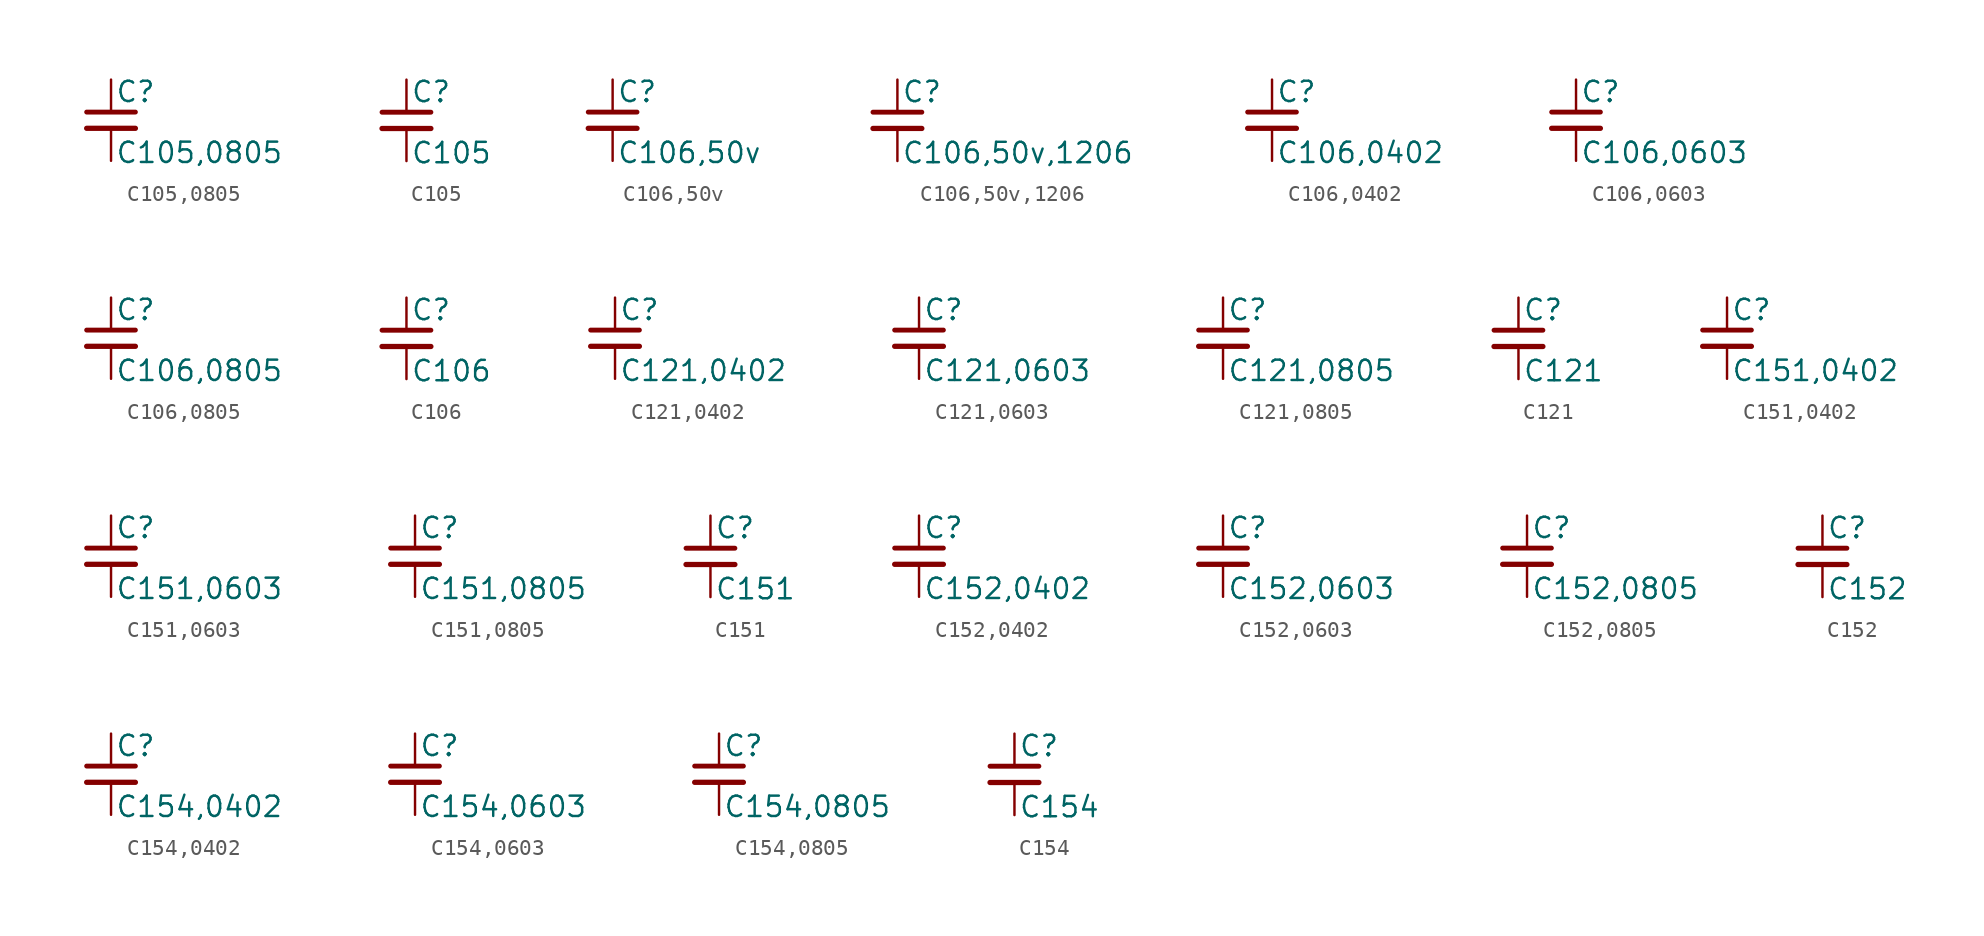
<source format=kicad_sym>
(kicad_symbol_lib
  (version 20211014)
  (generator kicad_symbol_editor)
  (symbol "C105,0805"
    (pin_numbers hide)
    (pin_names
      (offset 0.254) hide)
    (property "Reference" "C"
      (at 0.254 1.778 0)
      (effects (font (size 1.27 1.27)) (justify left)))
    (property "Value" "C105,0805"
      (at 0.254 -2.032 0)
      (effects (font (size 1.27 1.27)) (justify left)))
    (symbol "C105,0805_0_1"
      (polyline (pts (xy -1.524 -0.508) (xy 1.524 -0.508)) (stroke (width 0.33) (type default) (color 0 0 0 0)) (fill (type none)))
      (polyline (pts (xy -1.524 0.508) (xy 1.524 0.508)) (stroke (width 0.305) (type default) (color 0 0 0 0)) (fill (type none))))
    (symbol "C105,0805_1_1"
      (pin passive line (at 0 2.54 270) (length 2.032) (name "~" (effects (font (size 1.27 1.27)))) (number "1" (effects (font (size 1.27 1.27)))))
      (pin passive line (at 0 -2.54 90) (length 2.032) (name "~" (effects (font (size 1.27 1.27)))) (number "2" (effects (font (size 1.27 1.27)))))))
  (symbol "C105"
    (pin_numbers hide)
    (pin_names
      (offset 0.254) hide)
    (property "Reference" "C"
      (at 0.254 1.778 0)
      (effects (font (size 1.27 1.27)) (justify left)))
    (property "Value" "C105"
      (at 0.254 -2.032 0)
      (effects (font (size 1.27 1.27)) (justify left)))
    (symbol "C105_0_1"
      (polyline (pts (xy -1.524 -0.508) (xy 1.524 -0.508)) (stroke (width 0.33) (type default) (color 0 0 0 0)) (fill (type none)))
      (polyline (pts (xy -1.524 0.508) (xy 1.524 0.508)) (stroke (width 0.305) (type default) (color 0 0 0 0)) (fill (type none))))
    (symbol "C105_1_1"
      (pin passive line (at 0 2.54 270) (length 2.032) (name "~" (effects (font (size 1.27 1.27)))) (number "1" (effects (font (size 1.27 1.27)))))
      (pin passive line (at 0 -2.54 90) (length 2.032) (name "~" (effects (font (size 1.27 1.27)))) (number "2" (effects (font (size 1.27 1.27)))))))
  (symbol "C106,50v"
    (pin_numbers hide)
    (pin_names
      (offset 0.254) hide)
    (property "Reference" "C"
      (at 0.254 1.778 0)
      (effects (font (size 1.27 1.27)) (justify left)))
    (property "Value" "C106,50v"
      (at 0.254 -2.032 0)
      (effects (font (size 1.27 1.27)) (justify left)))
    (symbol "C106,50v_0_1"
      (polyline (pts (xy -1.524 -0.508) (xy 1.524 -0.508)) (stroke (width 0.33) (type default) (color 0 0 0 0)) (fill (type none)))
      (polyline (pts (xy -1.524 0.508) (xy 1.524 0.508)) (stroke (width 0.305) (type default) (color 0 0 0 0)) (fill (type none))))
    (symbol "C106,50v_1_1"
      (pin passive line (at 0 2.54 270) (length 2.032) (name "~" (effects (font (size 1.27 1.27)))) (number "1" (effects (font (size 1.27 1.27)))))
      (pin passive line (at 0 -2.54 90) (length 2.032) (name "~" (effects (font (size 1.27 1.27)))) (number "2" (effects (font (size 1.27 1.27)))))))
  (symbol "C106,50v,1206"
    (pin_numbers hide)
    (pin_names
      (offset 0.254) hide)
    (property "Reference" "C"
      (at 0.254 1.778 0)
      (effects (font (size 1.27 1.27)) (justify left)))
    (property "Value" "C106,50v,1206"
      (at 0.254 -2.032 0)
      (effects (font (size 1.27 1.27)) (justify left)))
    (symbol "C106,50v,1206_0_1"
      (polyline (pts (xy -1.524 -0.508) (xy 1.524 -0.508)) (stroke (width 0.33) (type default) (color 0 0 0 0)) (fill (type none)))
      (polyline (pts (xy -1.524 0.508) (xy 1.524 0.508)) (stroke (width 0.305) (type default) (color 0 0 0 0)) (fill (type none))))
    (symbol "C106,50v,1206_1_1"
      (pin passive line (at 0 2.54 270) (length 2.032) (name "~" (effects (font (size 1.27 1.27)))) (number "1" (effects (font (size 1.27 1.27)))))
      (pin passive line (at 0 -2.54 90) (length 2.032) (name "~" (effects (font (size 1.27 1.27)))) (number "2" (effects (font (size 1.27 1.27)))))))
  (symbol "C106,0402"
    (pin_numbers hide)
    (pin_names
      (offset 0.254) hide)
    (property "Reference" "C"
      (at 0.254 1.778 0)
      (effects (font (size 1.27 1.27)) (justify left)))
    (property "Value" "C106,0402"
      (at 0.254 -2.032 0)
      (effects (font (size 1.27 1.27)) (justify left)))
    (symbol "C106,0402_0_1"
      (polyline (pts (xy -1.524 -0.508) (xy 1.524 -0.508)) (stroke (width 0.33) (type default) (color 0 0 0 0)) (fill (type none)))
      (polyline (pts (xy -1.524 0.508) (xy 1.524 0.508)) (stroke (width 0.305) (type default) (color 0 0 0 0)) (fill (type none))))
    (symbol "C106,0402_1_1"
      (pin passive line (at 0 2.54 270) (length 2.032) (name "~" (effects (font (size 1.27 1.27)))) (number "1" (effects (font (size 1.27 1.27)))))
      (pin passive line (at 0 -2.54 90) (length 2.032) (name "~" (effects (font (size 1.27 1.27)))) (number "2" (effects (font (size 1.27 1.27)))))))
  (symbol "C106,0603"
    (pin_numbers hide)
    (pin_names
      (offset 0.254) hide)
    (property "Reference" "C"
      (at 0.254 1.778 0)
      (effects (font (size 1.27 1.27)) (justify left)))
    (property "Value" "C106,0603"
      (at 0.254 -2.032 0)
      (effects (font (size 1.27 1.27)) (justify left)))
    (symbol "C106,0603_0_1"
      (polyline (pts (xy -1.524 -0.508) (xy 1.524 -0.508)) (stroke (width 0.33) (type default) (color 0 0 0 0)) (fill (type none)))
      (polyline (pts (xy -1.524 0.508) (xy 1.524 0.508)) (stroke (width 0.305) (type default) (color 0 0 0 0)) (fill (type none))))
    (symbol "C106,0603_1_1"
      (pin passive line (at 0 2.54 270) (length 2.032) (name "~" (effects (font (size 1.27 1.27)))) (number "1" (effects (font (size 1.27 1.27)))))
      (pin passive line (at 0 -2.54 90) (length 2.032) (name "~" (effects (font (size 1.27 1.27)))) (number "2" (effects (font (size 1.27 1.27)))))))
  (symbol "C106,0805"
    (pin_numbers hide)
    (pin_names
      (offset 0.254) hide)
    (property "Reference" "C"
      (at 0.254 1.778 0)
      (effects (font (size 1.27 1.27)) (justify left)))
    (property "Value" "C106,0805"
      (at 0.254 -2.032 0)
      (effects (font (size 1.27 1.27)) (justify left)))
    (symbol "C106,0805_0_1"
      (polyline (pts (xy -1.524 -0.508) (xy 1.524 -0.508)) (stroke (width 0.33) (type default) (color 0 0 0 0)) (fill (type none)))
      (polyline (pts (xy -1.524 0.508) (xy 1.524 0.508)) (stroke (width 0.305) (type default) (color 0 0 0 0)) (fill (type none))))
    (symbol "C106,0805_1_1"
      (pin passive line (at 0 2.54 270) (length 2.032) (name "~" (effects (font (size 1.27 1.27)))) (number "1" (effects (font (size 1.27 1.27)))))
      (pin passive line (at 0 -2.54 90) (length 2.032) (name "~" (effects (font (size 1.27 1.27)))) (number "2" (effects (font (size 1.27 1.27)))))))
  (symbol "C106"
    (pin_numbers hide)
    (pin_names
      (offset 0.254) hide)
    (property "Reference" "C"
      (at 0.254 1.778 0)
      (effects (font (size 1.27 1.27)) (justify left)))
    (property "Value" "C106"
      (at 0.254 -2.032 0)
      (effects (font (size 1.27 1.27)) (justify left)))
    (symbol "C106_0_1"
      (polyline (pts (xy -1.524 -0.508) (xy 1.524 -0.508)) (stroke (width 0.33) (type default) (color 0 0 0 0)) (fill (type none)))
      (polyline (pts (xy -1.524 0.508) (xy 1.524 0.508)) (stroke (width 0.305) (type default) (color 0 0 0 0)) (fill (type none))))
    (symbol "C106_1_1"
      (pin passive line (at 0 2.54 270) (length 2.032) (name "~" (effects (font (size 1.27 1.27)))) (number "1" (effects (font (size 1.27 1.27)))))
      (pin passive line (at 0 -2.54 90) (length 2.032) (name "~" (effects (font (size 1.27 1.27)))) (number "2" (effects (font (size 1.27 1.27)))))))
  (symbol "C121,0402"
    (pin_numbers hide)
    (pin_names
      (offset 0.254) hide)
    (property "Reference" "C"
      (at 0.254 1.778 0)
      (effects (font (size 1.27 1.27)) (justify left)))
    (property "Value" "C121,0402"
      (at 0.254 -2.032 0)
      (effects (font (size 1.27 1.27)) (justify left)))
    (symbol "C121,0402_0_1"
      (polyline (pts (xy -1.524 -0.508) (xy 1.524 -0.508)) (stroke (width 0.33) (type default) (color 0 0 0 0)) (fill (type none)))
      (polyline (pts (xy -1.524 0.508) (xy 1.524 0.508)) (stroke (width 0.305) (type default) (color 0 0 0 0)) (fill (type none))))
    (symbol "C121,0402_1_1"
      (pin passive line (at 0 2.54 270) (length 2.032) (name "~" (effects (font (size 1.27 1.27)))) (number "1" (effects (font (size 1.27 1.27)))))
      (pin passive line (at 0 -2.54 90) (length 2.032) (name "~" (effects (font (size 1.27 1.27)))) (number "2" (effects (font (size 1.27 1.27)))))))
  (symbol "C121,0603"
    (pin_numbers hide)
    (pin_names
      (offset 0.254) hide)
    (property "Reference" "C"
      (at 0.254 1.778 0)
      (effects (font (size 1.27 1.27)) (justify left)))
    (property "Value" "C121,0603"
      (at 0.254 -2.032 0)
      (effects (font (size 1.27 1.27)) (justify left)))
    (symbol "C121,0603_0_1"
      (polyline (pts (xy -1.524 -0.508) (xy 1.524 -0.508)) (stroke (width 0.33) (type default) (color 0 0 0 0)) (fill (type none)))
      (polyline (pts (xy -1.524 0.508) (xy 1.524 0.508)) (stroke (width 0.305) (type default) (color 0 0 0 0)) (fill (type none))))
    (symbol "C121,0603_1_1"
      (pin passive line (at 0 2.54 270) (length 2.032) (name "~" (effects (font (size 1.27 1.27)))) (number "1" (effects (font (size 1.27 1.27)))))
      (pin passive line (at 0 -2.54 90) (length 2.032) (name "~" (effects (font (size 1.27 1.27)))) (number "2" (effects (font (size 1.27 1.27)))))))
  (symbol "C121,0805"
    (pin_numbers hide)
    (pin_names
      (offset 0.254) hide)
    (property "Reference" "C"
      (at 0.254 1.778 0)
      (effects (font (size 1.27 1.27)) (justify left)))
    (property "Value" "C121,0805"
      (at 0.254 -2.032 0)
      (effects (font (size 1.27 1.27)) (justify left)))
    (symbol "C121,0805_0_1"
      (polyline (pts (xy -1.524 -0.508) (xy 1.524 -0.508)) (stroke (width 0.33) (type default) (color 0 0 0 0)) (fill (type none)))
      (polyline (pts (xy -1.524 0.508) (xy 1.524 0.508)) (stroke (width 0.305) (type default) (color 0 0 0 0)) (fill (type none))))
    (symbol "C121,0805_1_1"
      (pin passive line (at 0 2.54 270) (length 2.032) (name "~" (effects (font (size 1.27 1.27)))) (number "1" (effects (font (size 1.27 1.27)))))
      (pin passive line (at 0 -2.54 90) (length 2.032) (name "~" (effects (font (size 1.27 1.27)))) (number "2" (effects (font (size 1.27 1.27)))))))
  (symbol "C121"
    (pin_numbers hide)
    (pin_names
      (offset 0.254) hide)
    (property "Reference" "C"
      (at 0.254 1.778 0)
      (effects (font (size 1.27 1.27)) (justify left)))
    (property "Value" "C121"
      (at 0.254 -2.032 0)
      (effects (font (size 1.27 1.27)) (justify left)))
    (symbol "C121_0_1"
      (polyline (pts (xy -1.524 -0.508) (xy 1.524 -0.508)) (stroke (width 0.33) (type default) (color 0 0 0 0)) (fill (type none)))
      (polyline (pts (xy -1.524 0.508) (xy 1.524 0.508)) (stroke (width 0.305) (type default) (color 0 0 0 0)) (fill (type none))))
    (symbol "C121_1_1"
      (pin passive line (at 0 2.54 270) (length 2.032) (name "~" (effects (font (size 1.27 1.27)))) (number "1" (effects (font (size 1.27 1.27)))))
      (pin passive line (at 0 -2.54 90) (length 2.032) (name "~" (effects (font (size 1.27 1.27)))) (number "2" (effects (font (size 1.27 1.27)))))))
  (symbol "C151,0402"
    (pin_numbers hide)
    (pin_names
      (offset 0.254) hide)
    (property "Reference" "C"
      (at 0.254 1.778 0)
      (effects (font (size 1.27 1.27)) (justify left)))
    (property "Value" "C151,0402"
      (at 0.254 -2.032 0)
      (effects (font (size 1.27 1.27)) (justify left)))
    (symbol "C151,0402_0_1"
      (polyline (pts (xy -1.524 -0.508) (xy 1.524 -0.508)) (stroke (width 0.33) (type default) (color 0 0 0 0)) (fill (type none)))
      (polyline (pts (xy -1.524 0.508) (xy 1.524 0.508)) (stroke (width 0.305) (type default) (color 0 0 0 0)) (fill (type none))))
    (symbol "C151,0402_1_1"
      (pin passive line (at 0 2.54 270) (length 2.032) (name "~" (effects (font (size 1.27 1.27)))) (number "1" (effects (font (size 1.27 1.27)))))
      (pin passive line (at 0 -2.54 90) (length 2.032) (name "~" (effects (font (size 1.27 1.27)))) (number "2" (effects (font (size 1.27 1.27)))))))
  (symbol "C151,0603"
    (pin_numbers hide)
    (pin_names
      (offset 0.254) hide)
    (property "Reference" "C"
      (at 0.254 1.778 0)
      (effects (font (size 1.27 1.27)) (justify left)))
    (property "Value" "C151,0603"
      (at 0.254 -2.032 0)
      (effects (font (size 1.27 1.27)) (justify left)))
    (symbol "C151,0603_0_1"
      (polyline (pts (xy -1.524 -0.508) (xy 1.524 -0.508)) (stroke (width 0.33) (type default) (color 0 0 0 0)) (fill (type none)))
      (polyline (pts (xy -1.524 0.508) (xy 1.524 0.508)) (stroke (width 0.305) (type default) (color 0 0 0 0)) (fill (type none))))
    (symbol "C151,0603_1_1"
      (pin passive line (at 0 2.54 270) (length 2.032) (name "~" (effects (font (size 1.27 1.27)))) (number "1" (effects (font (size 1.27 1.27)))))
      (pin passive line (at 0 -2.54 90) (length 2.032) (name "~" (effects (font (size 1.27 1.27)))) (number "2" (effects (font (size 1.27 1.27)))))))
  (symbol "C151,0805"
    (pin_numbers hide)
    (pin_names
      (offset 0.254) hide)
    (property "Reference" "C"
      (at 0.254 1.778 0)
      (effects (font (size 1.27 1.27)) (justify left)))
    (property "Value" "C151,0805"
      (at 0.254 -2.032 0)
      (effects (font (size 1.27 1.27)) (justify left)))
    (symbol "C151,0805_0_1"
      (polyline (pts (xy -1.524 -0.508) (xy 1.524 -0.508)) (stroke (width 0.33) (type default) (color 0 0 0 0)) (fill (type none)))
      (polyline (pts (xy -1.524 0.508) (xy 1.524 0.508)) (stroke (width 0.305) (type default) (color 0 0 0 0)) (fill (type none))))
    (symbol "C151,0805_1_1"
      (pin passive line (at 0 2.54 270) (length 2.032) (name "~" (effects (font (size 1.27 1.27)))) (number "1" (effects (font (size 1.27 1.27)))))
      (pin passive line (at 0 -2.54 90) (length 2.032) (name "~" (effects (font (size 1.27 1.27)))) (number "2" (effects (font (size 1.27 1.27)))))))
  (symbol "C151"
    (pin_numbers hide)
    (pin_names
      (offset 0.254) hide)
    (property "Reference" "C"
      (at 0.254 1.778 0)
      (effects (font (size 1.27 1.27)) (justify left)))
    (property "Value" "C151"
      (at 0.254 -2.032 0)
      (effects (font (size 1.27 1.27)) (justify left)))
    (symbol "C151_0_1"
      (polyline (pts (xy -1.524 -0.508) (xy 1.524 -0.508)) (stroke (width 0.33) (type default) (color 0 0 0 0)) (fill (type none)))
      (polyline (pts (xy -1.524 0.508) (xy 1.524 0.508)) (stroke (width 0.305) (type default) (color 0 0 0 0)) (fill (type none))))
    (symbol "C151_1_1"
      (pin passive line (at 0 2.54 270) (length 2.032) (name "~" (effects (font (size 1.27 1.27)))) (number "1" (effects (font (size 1.27 1.27)))))
      (pin passive line (at 0 -2.54 90) (length 2.032) (name "~" (effects (font (size 1.27 1.27)))) (number "2" (effects (font (size 1.27 1.27)))))))
  (symbol "C152,0402"
    (pin_numbers hide)
    (pin_names
      (offset 0.254) hide)
    (property "Reference" "C"
      (at 0.254 1.778 0)
      (effects (font (size 1.27 1.27)) (justify left)))
    (property "Value" "C152,0402"
      (at 0.254 -2.032 0)
      (effects (font (size 1.27 1.27)) (justify left)))
    (symbol "C152,0402_0_1"
      (polyline (pts (xy -1.524 -0.508) (xy 1.524 -0.508)) (stroke (width 0.33) (type default) (color 0 0 0 0)) (fill (type none)))
      (polyline (pts (xy -1.524 0.508) (xy 1.524 0.508)) (stroke (width 0.305) (type default) (color 0 0 0 0)) (fill (type none))))
    (symbol "C152,0402_1_1"
      (pin passive line (at 0 2.54 270) (length 2.032) (name "~" (effects (font (size 1.27 1.27)))) (number "1" (effects (font (size 1.27 1.27)))))
      (pin passive line (at 0 -2.54 90) (length 2.032) (name "~" (effects (font (size 1.27 1.27)))) (number "2" (effects (font (size 1.27 1.27)))))))
  (symbol "C152,0603"
    (pin_numbers hide)
    (pin_names
      (offset 0.254) hide)
    (property "Reference" "C"
      (at 0.254 1.778 0)
      (effects (font (size 1.27 1.27)) (justify left)))
    (property "Value" "C152,0603"
      (at 0.254 -2.032 0)
      (effects (font (size 1.27 1.27)) (justify left)))
    (symbol "C152,0603_0_1"
      (polyline (pts (xy -1.524 -0.508) (xy 1.524 -0.508)) (stroke (width 0.33) (type default) (color 0 0 0 0)) (fill (type none)))
      (polyline (pts (xy -1.524 0.508) (xy 1.524 0.508)) (stroke (width 0.305) (type default) (color 0 0 0 0)) (fill (type none))))
    (symbol "C152,0603_1_1"
      (pin passive line (at 0 2.54 270) (length 2.032) (name "~" (effects (font (size 1.27 1.27)))) (number "1" (effects (font (size 1.27 1.27)))))
      (pin passive line (at 0 -2.54 90) (length 2.032) (name "~" (effects (font (size 1.27 1.27)))) (number "2" (effects (font (size 1.27 1.27)))))))
  (symbol "C152,0805"
    (pin_numbers hide)
    (pin_names
      (offset 0.254) hide)
    (property "Reference" "C"
      (at 0.254 1.778 0)
      (effects (font (size 1.27 1.27)) (justify left)))
    (property "Value" "C152,0805"
      (at 0.254 -2.032 0)
      (effects (font (size 1.27 1.27)) (justify left)))
    (symbol "C152,0805_0_1"
      (polyline (pts (xy -1.524 -0.508) (xy 1.524 -0.508)) (stroke (width 0.33) (type default) (color 0 0 0 0)) (fill (type none)))
      (polyline (pts (xy -1.524 0.508) (xy 1.524 0.508)) (stroke (width 0.305) (type default) (color 0 0 0 0)) (fill (type none))))
    (symbol "C152,0805_1_1"
      (pin passive line (at 0 2.54 270) (length 2.032) (name "~" (effects (font (size 1.27 1.27)))) (number "1" (effects (font (size 1.27 1.27)))))
      (pin passive line (at 0 -2.54 90) (length 2.032) (name "~" (effects (font (size 1.27 1.27)))) (number "2" (effects (font (size 1.27 1.27)))))))
  (symbol "C152"
    (pin_numbers hide)
    (pin_names
      (offset 0.254) hide)
    (property "Reference" "C"
      (at 0.254 1.778 0)
      (effects (font (size 1.27 1.27)) (justify left)))
    (property "Value" "C152"
      (at 0.254 -2.032 0)
      (effects (font (size 1.27 1.27)) (justify left)))
    (symbol "C152_0_1"
      (polyline (pts (xy -1.524 -0.508) (xy 1.524 -0.508)) (stroke (width 0.33) (type default) (color 0 0 0 0)) (fill (type none)))
      (polyline (pts (xy -1.524 0.508) (xy 1.524 0.508)) (stroke (width 0.305) (type default) (color 0 0 0 0)) (fill (type none))))
    (symbol "C152_1_1"
      (pin passive line (at 0 2.54 270) (length 2.032) (name "~" (effects (font (size 1.27 1.27)))) (number "1" (effects (font (size 1.27 1.27)))))
      (pin passive line (at 0 -2.54 90) (length 2.032) (name "~" (effects (font (size 1.27 1.27)))) (number "2" (effects (font (size 1.27 1.27)))))))
  (symbol "C154,0402"
    (pin_numbers hide)
    (pin_names
      (offset 0.254) hide)
    (property "Reference" "C"
      (at 0.254 1.778 0)
      (effects (font (size 1.27 1.27)) (justify left)))
    (property "Value" "C154,0402"
      (at 0.254 -2.032 0)
      (effects (font (size 1.27 1.27)) (justify left)))
    (symbol "C154,0402_0_1"
      (polyline (pts (xy -1.524 -0.508) (xy 1.524 -0.508)) (stroke (width 0.33) (type default) (color 0 0 0 0)) (fill (type none)))
      (polyline (pts (xy -1.524 0.508) (xy 1.524 0.508)) (stroke (width 0.305) (type default) (color 0 0 0 0)) (fill (type none))))
    (symbol "C154,0402_1_1"
      (pin passive line (at 0 2.54 270) (length 2.032) (name "~" (effects (font (size 1.27 1.27)))) (number "1" (effects (font (size 1.27 1.27)))))
      (pin passive line (at 0 -2.54 90) (length 2.032) (name "~" (effects (font (size 1.27 1.27)))) (number "2" (effects (font (size 1.27 1.27)))))))
  (symbol "C154,0603"
    (pin_numbers hide)
    (pin_names
      (offset 0.254) hide)
    (property "Reference" "C"
      (at 0.254 1.778 0)
      (effects (font (size 1.27 1.27)) (justify left)))
    (property "Value" "C154,0603"
      (at 0.254 -2.032 0)
      (effects (font (size 1.27 1.27)) (justify left)))
    (symbol "C154,0603_0_1"
      (polyline (pts (xy -1.524 -0.508) (xy 1.524 -0.508)) (stroke (width 0.33) (type default) (color 0 0 0 0)) (fill (type none)))
      (polyline (pts (xy -1.524 0.508) (xy 1.524 0.508)) (stroke (width 0.305) (type default) (color 0 0 0 0)) (fill (type none))))
    (symbol "C154,0603_1_1"
      (pin passive line (at 0 2.54 270) (length 2.032) (name "~" (effects (font (size 1.27 1.27)))) (number "1" (effects (font (size 1.27 1.27)))))
      (pin passive line (at 0 -2.54 90) (length 2.032) (name "~" (effects (font (size 1.27 1.27)))) (number "2" (effects (font (size 1.27 1.27)))))))
  (symbol "C154,0805"
    (pin_numbers hide)
    (pin_names
      (offset 0.254) hide)
    (property "Reference" "C"
      (at 0.254 1.778 0)
      (effects (font (size 1.27 1.27)) (justify left)))
    (property "Value" "C154,0805"
      (at 0.254 -2.032 0)
      (effects (font (size 1.27 1.27)) (justify left)))
    (symbol "C154,0805_0_1"
      (polyline (pts (xy -1.524 -0.508) (xy 1.524 -0.508)) (stroke (width 0.33) (type default) (color 0 0 0 0)) (fill (type none)))
      (polyline (pts (xy -1.524 0.508) (xy 1.524 0.508)) (stroke (width 0.305) (type default) (color 0 0 0 0)) (fill (type none))))
    (symbol "C154,0805_1_1"
      (pin passive line (at 0 2.54 270) (length 2.032) (name "~" (effects (font (size 1.27 1.27)))) (number "1" (effects (font (size 1.27 1.27)))))
      (pin passive line (at 0 -2.54 90) (length 2.032) (name "~" (effects (font (size 1.27 1.27)))) (number "2" (effects (font (size 1.27 1.27)))))))
  (symbol "C154"
    (pin_numbers hide)
    (pin_names
      (offset 0.254) hide)
    (property "Reference" "C"
      (at 0.254 1.778 0)
      (effects (font (size 1.27 1.27)) (justify left)))
    (property "Value" "C154"
      (at 0.254 -2.032 0)
      (effects (font (size 1.27 1.27)) (justify left)))
    (symbol "C154_0_1"
      (polyline (pts (xy -1.524 -0.508) (xy 1.524 -0.508)) (stroke (width 0.33) (type default) (color 0 0 0 0)) (fill (type none)))
      (polyline (pts (xy -1.524 0.508) (xy 1.524 0.508)) (stroke (width 0.305) (type default) (color 0 0 0 0)) (fill (type none))))
    (symbol "C154_1_1"
      (pin passive line (at 0 2.54 270) (length 2.032) (name "~" (effects (font (size 1.27 1.27)))) (number "1" (effects (font (size 1.27 1.27)))))
      (pin passive line (at 0 -2.54 90) (length 2.032) (name "~" (effects (font (size 1.27 1.27)))) (number "2" (effects (font (size 1.27 1.27))))))))
</source>
